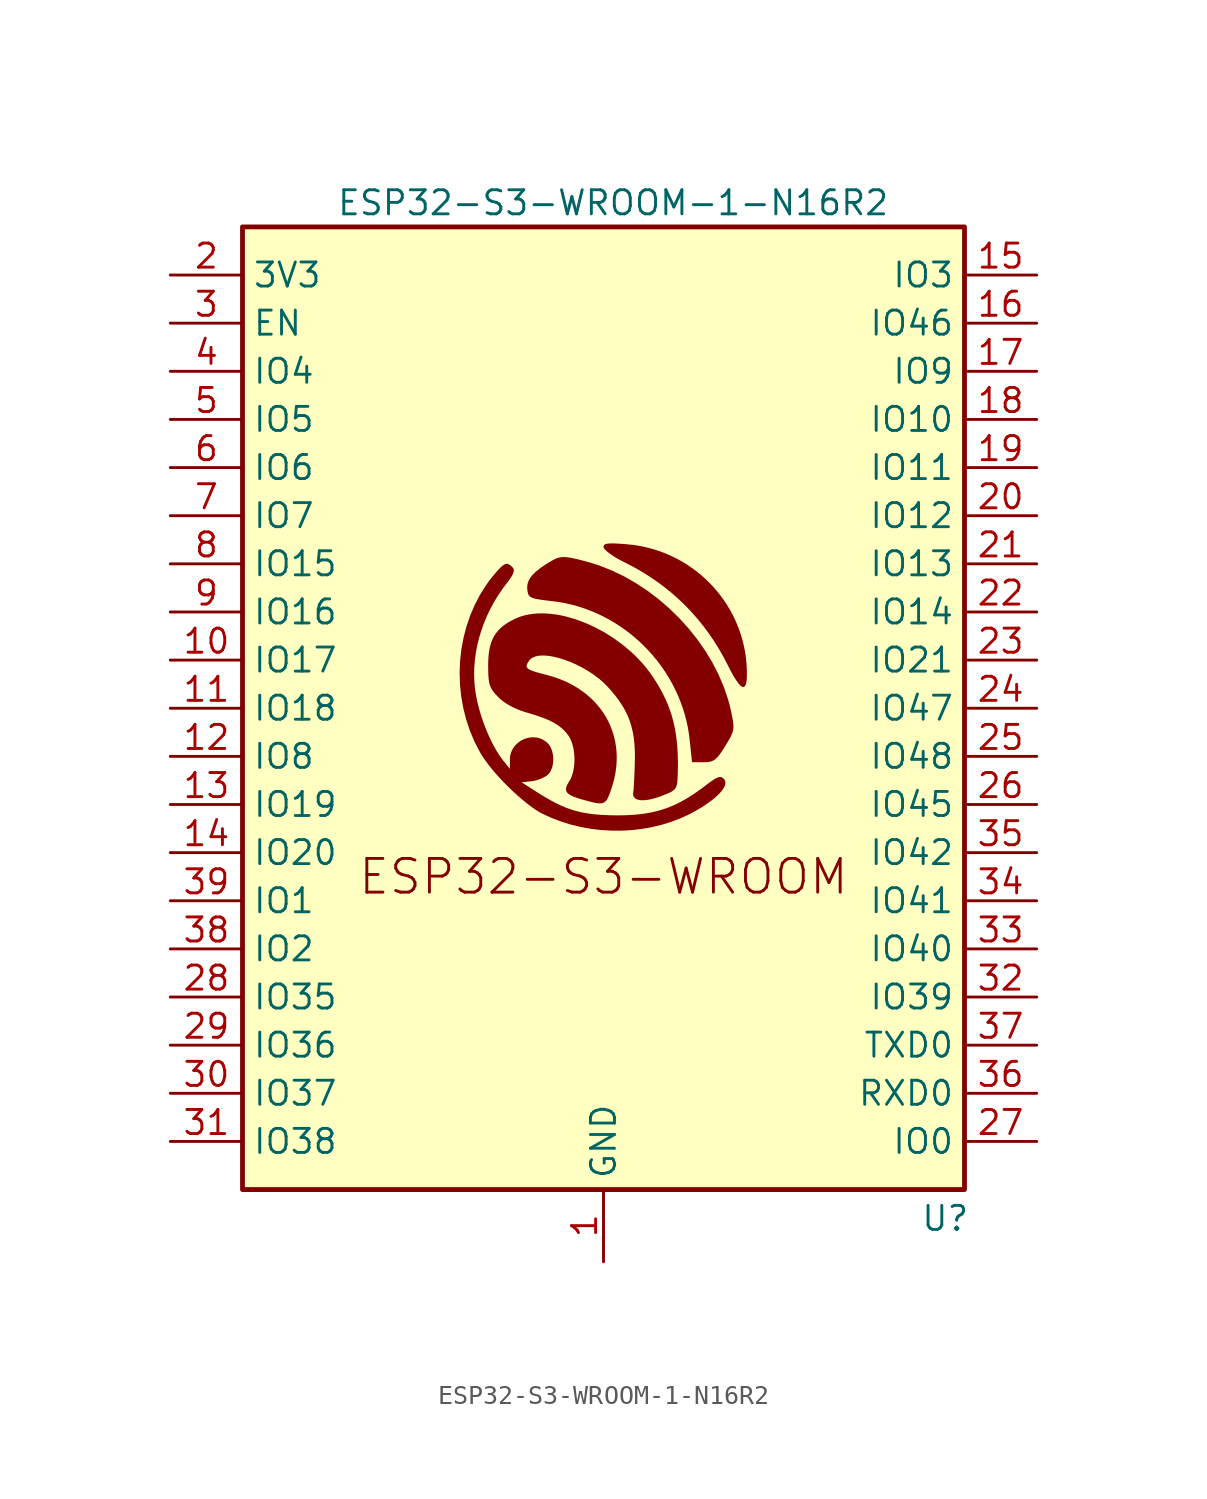
<source format=kicad_sym>
(kicad_symbol_lib
  (version 20231120)
  (generator "kicad_symbol_editor")
  (generator_version "8.0")
  (symbol "ESP32-S3-WROOM-1-N16R2"
    (property "Reference" "U"
      (at 18.034 -26.924 0)
      (effects (font (size 1.27 1.27))))
    (property "Value" "ESP32-S3-WROOM-1-N16R2"
      (at 0.508 26.67 0)
      (effects (font (size 1.27 1.27))))
    (symbol "ESP32-S3-WROOM-1-N16R2_0_0"
      (pin bidirectional line (at 22.86 15.24 180) (length 3.81) (name "IO10" (effects (font (size 1.27 1.27)))) (number "18" (effects (font (size 1.27 1.27)))))
      (pin bidirectional line (at 22.86 12.7 180) (length 3.81) (name "IO11" (effects (font (size 1.27 1.27)))) (number "19" (effects (font (size 1.27 1.27)))))
      (pin bidirectional line (at 22.86 10.16 180) (length 3.81) (name "IO12" (effects (font (size 1.27 1.27)))) (number "20" (effects (font (size 1.27 1.27)))))
      (pin bidirectional line (at 22.86 7.62 180) (length 3.81) (name "IO13" (effects (font (size 1.27 1.27)))) (number "21" (effects (font (size 1.27 1.27)))))
      (pin bidirectional line (at 22.86 5.08 180) (length 3.81) (name "IO14" (effects (font (size 1.27 1.27)))) (number "22" (effects (font (size 1.27 1.27)))))
      (pin bidirectional line (at 22.86 2.54 180) (length 3.81) (name "IO21" (effects (font (size 1.27 1.27)))) (number "23" (effects (font (size 1.27 1.27)))))
      (pin bidirectional line (at 22.86 0 180) (length 3.81) (name "IO47" (effects (font (size 1.27 1.27)))) (number "24" (effects (font (size 1.27 1.27)))))
      (pin bidirectional line (at 22.86 -2.54 180) (length 3.81) (name "IO48" (effects (font (size 1.27 1.27)))) (number "25" (effects (font (size 1.27 1.27)))))
      (pin bidirectional line (at 22.86 -5.08 180) (length 3.81) (name "IO45" (effects (font (size 1.27 1.27)))) (number "26" (effects (font (size 1.27 1.27)))))
      (pin bidirectional line (at 22.86 -22.86 180) (length 3.81) (name "IO0" (effects (font (size 1.27 1.27)))) (number "27" (effects (font (size 1.27 1.27)))))
      (pin bidirectional line (at -22.86 -15.24 0) (length 3.81) (name "IO35" (effects (font (size 1.27 1.27)))) (number "28" (effects (font (size 1.27 1.27)))))
      (pin bidirectional line (at -22.86 -17.78 0) (length 3.81) (name "IO36" (effects (font (size 1.27 1.27)))) (number "29" (effects (font (size 1.27 1.27)))))
      (pin bidirectional line (at -22.86 -20.32 0) (length 3.81) (name "IO37" (effects (font (size 1.27 1.27)))) (number "30" (effects (font (size 1.27 1.27)))))
      (pin bidirectional line (at -22.86 -22.86 0) (length 3.81) (name "IO38" (effects (font (size 1.27 1.27)))) (number "31" (effects (font (size 1.27 1.27)))))
      (pin bidirectional line (at 22.86 -15.24 180) (length 3.81) (name "IO39" (effects (font (size 1.27 1.27)))) (number "32" (effects (font (size 1.27 1.27)))))
      (pin bidirectional line (at 22.86 -12.7 180) (length 3.81) (name "IO40" (effects (font (size 1.27 1.27)))) (number "33" (effects (font (size 1.27 1.27)))))
      (pin bidirectional line (at 22.86 -10.16 180) (length 3.81) (name "IO41" (effects (font (size 1.27 1.27)))) (number "34" (effects (font (size 1.27 1.27)))))
      (pin bidirectional line (at 22.86 -7.62 180) (length 3.81) (name "IO42" (effects (font (size 1.27 1.27)))) (number "35" (effects (font (size 1.27 1.27))))))
    (symbol "ESP32-S3-WROOM-1-N16R2_1_0"
      (polyline (pts (xy 0.624 8.695) (xy 0.904 8.68) (xy 1.251 8.652) (xy 1.565 8.619) (xy 1.874 8.572) (xy 2.179 8.511) (xy 2.479 8.437) (xy 2.773 8.35) (xy 3.062 8.251) (xy 3.345 8.139) (xy 3.622 8.015) (xy 3.892 7.88) (xy 4.155 7.734) (xy 4.411 7.577) (xy 4.659 7.409) (xy 4.899 7.231) (xy 5.132 7.044) (xy 5.356 6.846) (xy 5.571 6.639) (xy 5.776 6.424) (xy 5.973 6.199) (xy 6.159 5.967) (xy 6.336 5.726) (xy 6.502 5.478) (xy 6.657 5.223) (xy 6.801 4.96) (xy 6.934 4.691) (xy 7.055 4.416) (xy 7.164 4.134) (xy 7.261 3.847) (xy 7.345 3.555) (xy 7.416 3.257) (xy 7.474 2.955) (xy 7.518 2.648) (xy 7.548 2.338) (xy 7.563 2.058) (xy 7.568 1.815) (xy 7.563 1.609) (xy 7.557 1.519) (xy 7.548 1.438) (xy 7.537 1.367) (xy 7.523 1.304) (xy 7.507 1.251) (xy 7.488 1.207) (xy 7.466 1.171) (xy 7.443 1.145) (xy 7.416 1.129) (xy 7.387 1.121) (xy 7.356 1.122) (xy 7.322 1.132) (xy 7.285 1.152) (xy 7.246 1.18) (xy 7.205 1.218) (xy 7.161 1.264) (xy 7.114 1.32) (xy 7.065 1.385) (xy 6.958 1.542) (xy 6.842 1.736) (xy 6.715 1.966) (xy 6.578 2.232) (xy 6.346 2.681) (xy 6.099 3.116) (xy 5.837 3.538) (xy 5.56 3.945) (xy 5.269 4.337) (xy 4.963 4.715) (xy 4.642 5.079) (xy 4.307 5.429) (xy 3.958 5.764) (xy 3.594 6.085) (xy 3.215 6.391) (xy 2.823 6.682) (xy 2.416 6.958) (xy 1.995 7.221) (xy 1.56 7.468) (xy 1.11 7.7) (xy 0.996 7.757) (xy 0.885 7.815) (xy 0.778 7.874) (xy 0.676 7.933) (xy 0.579 7.993) (xy 0.487 8.051) (xy 0.402 8.109) (xy 0.323 8.165) (xy 0.251 8.22) (xy 0.188 8.272) (xy 0.132 8.321) (xy 0.086 8.367) (xy 0.066 8.389) (xy 0.049 8.41) (xy 0.034 8.43) (xy 0.021 8.448) (xy 0.012 8.466) (xy 0.005 8.482) (xy 0.0003 8.498) (xy -0.001 8.511) (xy 0.002 8.546) (xy 0.011 8.577) (xy 0.027 8.604) (xy 0.051 8.628) (xy 0.083 8.648) (xy 0.125 8.665) (xy 0.178 8.678) (xy 0.241 8.688) (xy 0.317 8.694) (xy 0.405 8.698) (xy 0.507 8.698) (xy 0.624 8.695)) (stroke (width -0.0001) (type solid)) (fill (type outline)))
      (polyline (pts (xy -1.973 7.973) (xy -1.861 7.96) (xy -1.737 7.941) (xy -1.599 7.914) (xy -1.447 7.881) (xy -1.278 7.84) (xy -0.883 7.735) (xy -0.547 7.639) (xy -0.213 7.529) (xy 0.447 7.268) (xy 1.093 6.956) (xy 1.721 6.597) (xy 2.329 6.194) (xy 2.914 5.75) (xy 3.471 5.269) (xy 3.998 4.754) (xy 4.492 4.209) (xy 4.949 3.636) (xy 5.366 3.039) (xy 5.74 2.422) (xy 6.067 1.788) (xy 6.344 1.14) (xy 6.569 0.481) (xy 6.66 0.149) (xy 6.737 -0.185) (xy 6.8 -0.497) (xy 6.824 -0.628) (xy 6.841 -0.746) (xy 6.852 -0.853) (xy 6.857 -0.952) (xy 6.856 -0.999) (xy 6.854 -1.044) (xy 6.849 -1.089) (xy 6.843 -1.133) (xy 6.834 -1.176) (xy 6.824 -1.22) (xy 6.811 -1.264) (xy 6.796 -1.309) (xy 6.759 -1.401) (xy 6.712 -1.499) (xy 6.655 -1.606) (xy 6.588 -1.724) (xy 6.419 -2.001) (xy 6.337 -2.133) (xy 6.261 -2.251) (xy 6.19 -2.355) (xy 6.124 -2.446) (xy 6.061 -2.526) (xy 6.03 -2.562) (xy 6 -2.595) (xy 5.97 -2.625) (xy 5.941 -2.653) (xy 5.911 -2.679) (xy 5.881 -2.703) (xy 5.851 -2.724) (xy 5.821 -2.743) (xy 5.791 -2.76) (xy 5.759 -2.776) (xy 5.727 -2.789) (xy 5.694 -2.801) (xy 5.661 -2.811) (xy 5.626 -2.82) (xy 5.59 -2.827) (xy 5.552 -2.833) (xy 5.472 -2.842) (xy 5.385 -2.847) (xy 5.29 -2.848) (xy 4.673 -2.848) (xy 4.55 -1.702) (xy 4.507 -1.349) (xy 4.448 -1.001) (xy 4.374 -0.657) (xy 4.285 -0.318) (xy 4.181 0.016) (xy 4.063 0.344) (xy 3.931 0.667) (xy 3.786 0.983) (xy 3.627 1.293) (xy 3.456 1.595) (xy 3.273 1.89) (xy 3.077 2.178) (xy 2.87 2.457) (xy 2.652 2.727) (xy 2.423 2.988) (xy 2.184 3.24) (xy 1.935 3.481) (xy 1.676 3.713) (xy 1.408 3.934) (xy 1.131 4.144) (xy 0.846 4.342) (xy 0.552 4.528) (xy 0.252 4.703) (xy -0.057 4.864) (xy -0.371 5.013) (xy -0.693 5.148) (xy -1.02 5.269) (xy -1.354 5.376) (xy -1.692 5.468) (xy -2.035 5.546) (xy -2.383 5.608) (xy -2.735 5.654) (xy -2.944 5.679) (xy -3.128 5.702) (xy -3.288 5.724) (xy -3.428 5.746) (xy -3.49 5.757) (xy -3.547 5.768) (xy -3.6 5.779) (xy -3.648 5.791) (xy -3.692 5.804) (xy -3.733 5.817) (xy -3.769 5.831) (xy -3.802 5.846) (xy -3.832 5.862) (xy -3.859 5.878) (xy -3.883 5.896) (xy -3.904 5.916) (xy -3.922 5.937) (xy -3.939 5.959) (xy -3.953 5.983) (xy -3.966 6.009) (xy -3.976 6.036) (xy -3.986 6.066) (xy -3.994 6.097) (xy -4.001 6.131) (xy -4.013 6.205) (xy -4.023 6.289) (xy -4.028 6.381) (xy -4.023 6.471) (xy -4.008 6.561) (xy -3.983 6.649) (xy -3.947 6.738) (xy -3.9 6.826) (xy -3.842 6.914) (xy -3.771 7.003) (xy -3.689 7.093) (xy -3.595 7.184) (xy -3.488 7.276) (xy -3.368 7.37) (xy -3.235 7.466) (xy -3.088 7.565) (xy -2.928 7.666) (xy -2.753 7.771) (xy -2.666 7.82) (xy -2.583 7.863) (xy -2.503 7.899) (xy -2.423 7.929) (xy -2.343 7.951) (xy -2.259 7.967) (xy -2.171 7.976) (xy -2.076 7.978) (xy -1.973 7.973)) (stroke (width -0.0001) (type solid)) (fill (type outline)))
      (polyline (pts (xy -5.08 7.62) (xy -5.056 7.616) (xy -5.032 7.609) (xy -5.008 7.6) (xy -4.984 7.588) (xy -4.96 7.573) (xy -4.935 7.556) (xy -4.909 7.537) (xy -4.883 7.515) (xy -4.856 7.49) (xy -4.799 7.435) (xy -4.775 7.408) (xy -4.756 7.379) (xy -4.749 7.363) (xy -4.742 7.347) (xy -4.738 7.331) (xy -4.734 7.313) (xy -4.732 7.295) (xy -4.731 7.277) (xy -4.734 7.237) (xy -4.743 7.193) (xy -4.757 7.147) (xy -4.777 7.096) (xy -4.804 7.041) (xy -4.837 6.981) (xy -4.876 6.917) (xy -4.921 6.848) (xy -4.974 6.773) (xy -5.033 6.693) (xy -5.099 6.606) (xy -5.348 6.273) (xy -5.579 5.93) (xy -5.791 5.577) (xy -5.985 5.216) (xy -6.159 4.848) (xy -6.314 4.473) (xy -6.45 4.094) (xy -6.565 3.711) (xy -6.66 3.326) (xy -6.734 2.938) (xy -6.786 2.551) (xy -6.818 2.164) (xy -6.827 1.779) (xy -6.815 1.396) (xy -6.779 1.018) (xy -6.722 0.644) (xy -6.675 0.414) (xy -6.62 0.18) (xy -6.558 -0.055) (xy -6.488 -0.292) (xy -6.413 -0.528) (xy -6.332 -0.763) (xy -6.245 -0.995) (xy -6.153 -1.223) (xy -6.056 -1.446) (xy -5.956 -1.663) (xy -5.852 -1.871) (xy -5.744 -2.072) (xy -5.634 -2.262) (xy -5.522 -2.441) (xy -5.408 -2.607) (xy -5.293 -2.76) (xy -4.94 -3.201) (xy -4.94 -2.707) (xy -4.936 -2.616) (xy -4.926 -2.527) (xy -4.909 -2.441) (xy -4.885 -2.358) (xy -4.855 -2.278) (xy -4.82 -2.201) (xy -4.779 -2.128) (xy -4.733 -2.058) (xy -4.683 -1.992) (xy -4.628 -1.93) (xy -4.568 -1.871) (xy -4.506 -1.817) (xy -4.439 -1.767) (xy -4.37 -1.722) (xy -4.298 -1.681) (xy -4.223 -1.644) (xy -4.147 -1.613) (xy -4.068 -1.586) (xy -3.988 -1.565) (xy -3.907 -1.549) (xy -3.825 -1.538) (xy -3.743 -1.534) (xy -3.661 -1.534) (xy -3.578 -1.541) (xy -3.496 -1.554) (xy -3.415 -1.573) (xy -3.335 -1.598) (xy -3.257 -1.63) (xy -3.18 -1.668) (xy -3.106 -1.714) (xy -3.034 -1.766) (xy -2.965 -1.825) (xy -2.928 -1.861) (xy -2.893 -1.901) (xy -2.861 -1.944) (xy -2.831 -1.989) (xy -2.803 -2.037) (xy -2.777 -2.087) (xy -2.754 -2.139) (xy -2.733 -2.194) (xy -2.715 -2.25) (xy -2.699 -2.307) (xy -2.674 -2.426) (xy -2.658 -2.548) (xy -2.651 -2.672) (xy -2.655 -2.795) (xy -2.667 -2.917) (xy -2.689 -3.036) (xy -2.704 -3.094) (xy -2.721 -3.15) (xy -2.741 -3.204) (xy -2.763 -3.256) (xy -2.788 -3.307) (xy -2.814 -3.354) (xy -2.844 -3.4) (xy -2.876 -3.442) (xy -2.91 -3.482) (xy -2.947 -3.518) (xy -2.982 -3.545) (xy -3.022 -3.572) (xy -3.065 -3.599) (xy -3.111 -3.625) (xy -3.161 -3.651) (xy -3.213 -3.677) (xy -3.268 -3.702) (xy -3.324 -3.726) (xy -3.382 -3.748) (xy -3.44 -3.769) (xy -3.5 -3.789) (xy -3.559 -3.806) (xy -3.619 -3.822) (xy -3.678 -3.835) (xy -3.736 -3.845) (xy -3.793 -3.853) (xy -4.323 -3.906) (xy -3.441 -4.471) (xy -3.17 -4.638) (xy -2.913 -4.789) (xy -2.667 -4.926) (xy -2.428 -5.047) (xy -2.196 -5.156) (xy -1.966 -5.251) (xy -1.738 -5.334) (xy -1.507 -5.406) (xy -1.272 -5.467) (xy -1.03 -5.518) (xy -0.779 -5.559) (xy -0.516 -5.592) (xy -0.239 -5.617) (xy 0.055 -5.635) (xy 0.369 -5.647) (xy 0.704 -5.653) (xy 1.062 -5.648) (xy 1.401 -5.635) (xy 1.724 -5.611) (xy 2.033 -5.578) (xy 2.329 -5.533) (xy 2.613 -5.478) (xy 2.889 -5.41) (xy 3.156 -5.331) (xy 3.418 -5.238) (xy 3.676 -5.133) (xy 3.932 -5.013) (xy 4.187 -4.879) (xy 4.443 -4.73) (xy 4.703 -4.566) (xy 4.967 -4.385) (xy 5.238 -4.189) (xy 5.376 -4.082) (xy 5.501 -3.988) (xy 5.613 -3.906) (xy 5.714 -3.834) (xy 5.761 -3.803) (xy 5.804 -3.774) (xy 5.846 -3.748) (xy 5.885 -3.725) (xy 5.922 -3.704) (xy 5.956 -3.686) (xy 5.989 -3.671) (xy 6.02 -3.657) (xy 6.05 -3.647) (xy 6.077 -3.638) (xy 6.104 -3.632) (xy 6.129 -3.628) (xy 6.152 -3.627) (xy 6.175 -3.627) (xy 6.197 -3.63) (xy 6.217 -3.635) (xy 6.237 -3.643) (xy 6.257 -3.652) (xy 6.276 -3.663) (xy 6.294 -3.676) (xy 6.312 -3.691) (xy 6.33 -3.708) (xy 6.348 -3.727) (xy 6.367 -3.748) (xy 6.389 -3.778) (xy 6.407 -3.811) (xy 6.42 -3.845) (xy 6.428 -3.881) (xy 6.432 -3.919) (xy 6.431 -3.958) (xy 6.426 -3.998) (xy 6.417 -4.041) (xy 6.403 -4.084) (xy 6.384 -4.129) (xy 6.335 -4.223) (xy 6.269 -4.322) (xy 6.186 -4.425) (xy 6.087 -4.532) (xy 5.972 -4.642) (xy 5.842 -4.755) (xy 5.697 -4.871) (xy 5.537 -4.989) (xy 5.363 -5.109) (xy 5.175 -5.231) (xy 4.973 -5.353) (xy 4.516 -5.602) (xy 4.04 -5.819) (xy 3.546 -6.005) (xy 3.038 -6.16) (xy 2.519 -6.282) (xy 1.99 -6.374) (xy 1.454 -6.434) (xy 0.914 -6.462) (xy 0.372 -6.458) (xy -0.17 -6.423) (xy -0.708 -6.357) (xy -1.24 -6.258) (xy -1.765 -6.128) (xy -2.279 -5.966) (xy -2.779 -5.772) (xy -3.264 -5.547) (xy -3.454 -5.438) (xy -3.658 -5.305) (xy -3.873 -5.151) (xy -4.096 -4.978) (xy -4.326 -4.789) (xy -4.559 -4.585) (xy -4.794 -4.37) (xy -5.026 -4.147) (xy -5.254 -3.917) (xy -5.475 -3.683) (xy -5.687 -3.447) (xy -5.886 -3.213) (xy -6.071 -2.982) (xy -6.238 -2.757) (xy -6.385 -2.541) (xy -6.51 -2.337) (xy -6.801 -1.777) (xy -7.046 -1.198) (xy -7.245 -0.603) (xy -7.399 0.004) (xy -7.508 0.621) (xy -7.573 1.242) (xy -7.593 1.866) (xy -7.568 2.488) (xy -7.5 3.105) (xy -7.388 3.713) (xy -7.234 4.31) (xy -7.036 4.891) (xy -6.795 5.454) (xy -6.513 5.994) (xy -6.188 6.509) (xy -6.01 6.756) (xy -5.822 6.994) (xy -5.715 7.119) (xy -5.619 7.229) (xy -5.532 7.324) (xy -5.492 7.367) (xy -5.454 7.406) (xy -5.418 7.441) (xy -5.383 7.473) (xy -5.35 7.502) (xy -5.318 7.528) (xy -5.288 7.55) (xy -5.259 7.569) (xy -5.231 7.585) (xy -5.205 7.598) (xy -5.178 7.609) (xy -5.153 7.616) (xy -5.128 7.62) (xy -5.104 7.621) (xy -5.08 7.62)) (stroke (width -0.0001) (type solid)) (fill (type outline)))
      (polyline (pts (xy -2.994 4.998) (xy -2.748 4.978) (xy -2.498 4.945) (xy -2.245 4.9) (xy -1.989 4.843) (xy -1.474 4.695) (xy -0.956 4.503) (xy -0.442 4.269) (xy 0.064 3.996) (xy 0.555 3.685) (xy 1.026 3.339) (xy 1.473 2.961) (xy 1.685 2.76) (xy 1.889 2.551) (xy 2.084 2.336) (xy 2.27 2.114) (xy 2.445 1.885) (xy 2.609 1.65) (xy 2.797 1.36) (xy 2.968 1.072) (xy 3.124 0.785) (xy 3.265 0.496) (xy 3.391 0.205) (xy 3.503 -0.09) (xy 3.601 -0.391) (xy 3.685 -0.698) (xy 3.757 -1.014) (xy 3.815 -1.341) (xy 3.861 -1.678) (xy 3.894 -2.029) (xy 3.916 -2.393) (xy 3.927 -2.774) (xy 3.926 -3.172) (xy 3.915 -3.589) (xy 3.908 -3.711) (xy 3.9 -3.819) (xy 3.89 -3.915) (xy 3.877 -3.999) (xy 3.869 -4.038) (xy 3.86 -4.074) (xy 3.85 -4.108) (xy 3.838 -4.141) (xy 3.824 -4.171) (xy 3.809 -4.2) (xy 3.792 -4.227) (xy 3.774 -4.253) (xy 3.753 -4.277) (xy 3.73 -4.301) (xy 3.704 -4.324) (xy 3.676 -4.346) (xy 3.646 -4.367) (xy 3.613 -4.388) (xy 3.538 -4.43) (xy 3.45 -4.472) (xy 3.349 -4.515) (xy 3.234 -4.561) (xy 3.103 -4.612) (xy 3.012 -4.647) (xy 2.922 -4.679) (xy 2.835 -4.709) (xy 2.75 -4.735) (xy 2.667 -4.759) (xy 2.587 -4.781) (xy 2.51 -4.799) (xy 2.434 -4.815) (xy 2.362 -4.828) (xy 2.292 -4.839) (xy 2.225 -4.847) (xy 2.16 -4.852) (xy 2.099 -4.855) (xy 2.04 -4.855) (xy 1.985 -4.853) (xy 1.933 -4.848) (xy 1.883 -4.84) (xy 1.837 -4.83) (xy 1.794 -4.818) (xy 1.755 -4.803) (xy 1.719 -4.786) (xy 1.687 -4.766) (xy 1.658 -4.743) (xy 1.632 -4.719) (xy 1.611 -4.691) (xy 1.593 -4.662) (xy 1.579 -4.63) (xy 1.569 -4.596) (xy 1.563 -4.559) (xy 1.561 -4.52) (xy 1.563 -4.479) (xy 1.569 -4.436) (xy 1.582 -4.336) (xy 1.595 -4.187) (xy 1.619 -3.772) (xy 1.641 -3.247) (xy 1.657 -2.672) (xy 1.656 -2.372) (xy 1.645 -2.087) (xy 1.626 -1.816) (xy 1.595 -1.556) (xy 1.555 -1.308) (xy 1.503 -1.069) (xy 1.439 -0.838) (xy 1.364 -0.615) (xy 1.275 -0.396) (xy 1.174 -0.182) (xy 1.059 0.029) (xy 0.93 0.238) (xy 0.787 0.447) (xy 0.628 0.657) (xy 0.454 0.869) (xy 0.263 1.085) (xy 0.149 1.208) (xy 0.027 1.328) (xy -0.102 1.444) (xy -0.236 1.557) (xy -0.52 1.772) (xy -0.822 1.971) (xy -1.134 2.152) (xy -1.454 2.313) (xy -1.775 2.454) (xy -2.094 2.571) (xy -2.404 2.665) (xy -2.701 2.732) (xy -2.843 2.756) (xy -2.98 2.772) (xy -3.111 2.781) (xy -3.236 2.782) (xy -3.355 2.776) (xy -3.465 2.761) (xy -3.567 2.739) (xy -3.661 2.708) (xy -3.745 2.668) (xy -3.819 2.62) (xy -3.882 2.563) (xy -3.935 2.497) (xy -3.98 2.427) (xy -4.016 2.365) (xy -4.041 2.308) (xy -4.05 2.282) (xy -4.055 2.256) (xy -4.058 2.232) (xy -4.057 2.209) (xy -4.052 2.187) (xy -4.044 2.165) (xy -4.033 2.144) (xy -4.017 2.124) (xy -3.998 2.104) (xy -3.974 2.084) (xy -3.914 2.046) (xy -3.836 2.007) (xy -3.739 1.969) (xy -3.622 1.929) (xy -3.483 1.886) (xy -3.323 1.841) (xy -2.929 1.738) (xy -2.667 1.663) (xy -2.413 1.579) (xy -2.168 1.484) (xy -1.932 1.38) (xy -1.705 1.266) (xy -1.487 1.144) (xy -1.278 1.013) (xy -1.079 0.873) (xy -0.889 0.726) (xy -0.709 0.571) (xy -0.539 0.408) (xy -0.379 0.238) (xy -0.23 0.061) (xy -0.09 -0.123) (xy 0.038 -0.313) (xy 0.155 -0.509) (xy 0.262 -0.71) (xy 0.357 -0.917) (xy 0.441 -1.13) (xy 0.514 -1.347) (xy 0.574 -1.569) (xy 0.623 -1.794) (xy 0.66 -2.024) (xy 0.685 -2.258) (xy 0.697 -2.495) (xy 0.697 -2.735) (xy 0.684 -2.978) (xy 0.658 -3.223) (xy 0.619 -3.471) (xy 0.567 -3.72) (xy 0.501 -3.971) (xy 0.422 -4.224) (xy 0.369 -4.382) (xy 0.319 -4.521) (xy 0.271 -4.641) (xy 0.224 -4.742) (xy 0.2 -4.787) (xy 0.176 -4.827) (xy 0.15 -4.863) (xy 0.124 -4.895) (xy 0.096 -4.923) (xy 0.067 -4.947) (xy 0.036 -4.968) (xy 0.003 -4.985) (xy -0.032 -4.998) (xy -0.069 -5.008) (xy -0.109 -5.015) (xy -0.152 -5.019) (xy -0.198 -5.02) (xy -0.247 -5.018) (xy -0.3 -5.013) (xy -0.357 -5.005) (xy -0.482 -4.982) (xy -0.625 -4.95) (xy -0.787 -4.908) (xy -0.971 -4.859) (xy -1.156 -4.807) (xy -1.32 -4.757) (xy -1.465 -4.708) (xy -1.53 -4.684) (xy -1.59 -4.66) (xy -1.645 -4.636) (xy -1.696 -4.611) (xy -1.743 -4.587) (xy -1.785 -4.562) (xy -1.823 -4.537) (xy -1.856 -4.511) (xy -1.885 -4.485) (xy -1.911 -4.458) (xy -1.932 -4.43) (xy -1.949 -4.402) (xy -1.962 -4.372) (xy -1.972 -4.342) (xy -1.978 -4.31) (xy -1.98 -4.278) (xy -1.978 -4.244) (xy -1.973 -4.209) (xy -1.965 -4.173) (xy -1.953 -4.135) (xy -1.938 -4.095) (xy -1.921 -4.054) (xy -1.899 -4.011) (xy -1.875 -3.966) (xy -1.848 -3.92) (xy -1.818 -3.871) (xy -1.781 -3.813) (xy -1.747 -3.751) (xy -1.686 -3.617) (xy -1.636 -3.47) (xy -1.595 -3.314) (xy -1.565 -3.15) (xy -1.545 -2.981) (xy -1.534 -2.807) (xy -1.534 -2.632) (xy -1.542 -2.457) (xy -1.561 -2.285) (xy -1.589 -2.117) (xy -1.627 -1.956) (xy -1.674 -1.804) (xy -1.73 -1.662) (xy -1.796 -1.533) (xy -1.832 -1.474) (xy -1.871 -1.419) (xy -1.948 -1.32) (xy -2.029 -1.226) (xy -2.115 -1.137) (xy -2.205 -1.053) (xy -2.303 -0.974) (xy -2.407 -0.897) (xy -2.52 -0.824) (xy -2.643 -0.753) (xy -2.775 -0.685) (xy -2.919 -0.618) (xy -3.075 -0.552) (xy -3.245 -0.487) (xy -3.429 -0.421) (xy -3.628 -0.355) (xy -4.076 -0.22) (xy -4.188 -0.185) (xy -4.299 -0.148) (xy -4.408 -0.108) (xy -4.516 -0.066) (xy -4.622 -0.021) (xy -4.725 0.027) (xy -4.826 0.077) (xy -4.925 0.129) (xy -5.02 0.182) (xy -5.112 0.238) (xy -5.2 0.296) (xy -5.284 0.356) (xy -5.364 0.417) (xy -5.439 0.479) (xy -5.51 0.544) (xy -5.575 0.609) (xy -5.656 0.695) (xy -5.729 0.776) (xy -5.793 0.853) (xy -5.848 0.928) (xy -5.897 1.002) (xy -5.938 1.078) (xy -5.973 1.157) (xy -6.003 1.24) (xy -6.027 1.329) (xy -6.046 1.426) (xy -6.06 1.533) (xy -6.071 1.651) (xy -6.079 1.782) (xy -6.083 1.927) (xy -6.087 2.267) (xy -6.082 2.504) (xy -6.069 2.725) (xy -6.06 2.831) (xy -6.048 2.933) (xy -6.033 3.031) (xy -6.016 3.126) (xy -5.997 3.218) (xy -5.975 3.307) (xy -5.95 3.392) (xy -5.923 3.475) (xy -5.893 3.555) (xy -5.86 3.633) (xy -5.825 3.707) (xy -5.787 3.78) (xy -5.745 3.85) (xy -5.702 3.917) (xy -5.654 3.983) (xy -5.604 4.046) (xy -5.551 4.108) (xy -5.495 4.167) (xy -5.435 4.225) (xy -5.372 4.281) (xy -5.306 4.336) (xy -5.237 4.389) (xy -5.164 4.441) (xy -5.087 4.492) (xy -5.007 4.541) (xy -4.924 4.59) (xy -4.746 4.684) (xy -4.554 4.772) (xy -4.354 4.846) (xy -4.144 4.906) (xy -3.927 4.951) (xy -3.703 4.983) (xy -3.472 5.001) (xy -3.236 5.006) (xy -2.994 4.998)) (stroke (width -0.0001) (type solid)) (fill (type outline)))
      (pin power_in line (at 0 -29.21 90) (length 3.81) (name "GND" (effects (font (size 1.27 1.27)))) (number "1" (effects (font (size 1.27 1.27)))))
      (pin bidirectional line (at -22.86 2.54 0) (length 3.81) (name "IO17" (effects (font (size 1.27 1.27)))) (number "10" (effects (font (size 1.27 1.27)))))
      (pin bidirectional line (at -22.86 0 0) (length 3.81) (name "IO18" (effects (font (size 1.27 1.27)))) (number "11" (effects (font (size 1.27 1.27)))))
      (pin bidirectional line (at -22.86 -2.54 0) (length 3.81) (name "IO8" (effects (font (size 1.27 1.27)))) (number "12" (effects (font (size 1.27 1.27)))))
      (pin bidirectional line (at -22.86 -5.08 0) (length 3.81) (name "IO19" (effects (font (size 1.27 1.27)))) (number "13" (effects (font (size 1.27 1.27)))))
      (pin bidirectional line (at -22.86 -7.62 0) (length 3.81) (name "IO20" (effects (font (size 1.27 1.27)))) (number "14" (effects (font (size 1.27 1.27)))))
      (pin bidirectional line (at 22.86 22.86 180) (length 3.81) (name "IO3" (effects (font (size 1.27 1.27)))) (number "15" (effects (font (size 1.27 1.27)))))
      (pin bidirectional line (at 22.86 20.32 180) (length 3.81) (name "IO46" (effects (font (size 1.27 1.27)))) (number "16" (effects (font (size 1.27 1.27)))))
      (pin bidirectional line (at 22.86 17.78 180) (length 3.81) (name "IO9" (effects (font (size 1.27 1.27)))) (number "17" (effects (font (size 1.27 1.27)))))
      (pin power_in line (at -22.86 22.86 0) (length 3.81) (name "3V3" (effects (font (size 1.27 1.27)))) (number "2" (effects (font (size 1.27 1.27)))))
      (pin input line (at -22.86 20.32 0) (length 3.81) (name "EN" (effects (font (size 1.27 1.27)))) (number "3" (effects (font (size 1.27 1.27)))))
      (pin bidirectional line (at 22.86 -20.32 180) (length 3.81) (name "RXD0" (effects (font (size 1.27 1.27)))) (number "36" (effects (font (size 1.27 1.27)))))
      (pin bidirectional line (at 22.86 -17.78 180) (length 3.81) (name "TXD0" (effects (font (size 1.27 1.27)))) (number "37" (effects (font (size 1.27 1.27)))))
      (pin bidirectional line (at -22.86 -12.7 0) (length 3.81) (name "IO2" (effects (font (size 1.27 1.27)))) (number "38" (effects (font (size 1.27 1.27)))))
      (pin bidirectional line (at -22.86 -10.16 0) (length 3.81) (name "IO1" (effects (font (size 1.27 1.27)))) (number "39" (effects (font (size 1.27 1.27)))))
      (pin bidirectional line (at -22.86 17.78 0) (length 3.81) (name "IO4" (effects (font (size 1.27 1.27)))) (number "4" (effects (font (size 1.27 1.27)))))
      (pin power_in line (at 0 -29.21 90) (length 3.81) hide (name "GND" (effects (font (size 1.27 1.27)))) (number "40" (effects (font (size 1.27 1.27)))))
      (pin power_in line (at 0 -29.21 90) (length 3.81) hide (name "EPAD" (effects (font (size 1.27 1.27)))) (number "41" (effects (font (size 1.27 1.27)))))
      (pin bidirectional line (at -22.86 15.24 0) (length 3.81) (name "IO5" (effects (font (size 1.27 1.27)))) (number "5" (effects (font (size 1.27 1.27)))))
      (pin bidirectional line (at -22.86 12.7 0) (length 3.81) (name "IO6" (effects (font (size 1.27 1.27)))) (number "6" (effects (font (size 1.27 1.27)))))
      (pin bidirectional line (at -22.86 10.16 0) (length 3.81) (name "IO7" (effects (font (size 1.27 1.27)))) (number "7" (effects (font (size 1.27 1.27)))))
      (pin bidirectional line (at -22.86 7.62 0) (length 3.81) (name "IO15" (effects (font (size 1.27 1.27)))) (number "8" (effects (font (size 1.27 1.27)))))
      (pin bidirectional line (at -22.86 5.08 0) (length 3.81) (name "IO16" (effects (font (size 1.27 1.27)))) (number "9" (effects (font (size 1.27 1.27))))))
    (symbol "ESP32-S3-WROOM-1-N16R2_1_1"
      (rectangle (start -19.05 25.4) (end 19.05 -25.4) (stroke (width 0.254) (type default)) (fill (type background)))
      (text "ESP32-S3-WROOM" (at 0 -8.89 0) (effects (font (size 1.778 1.778)))))))
</source>
